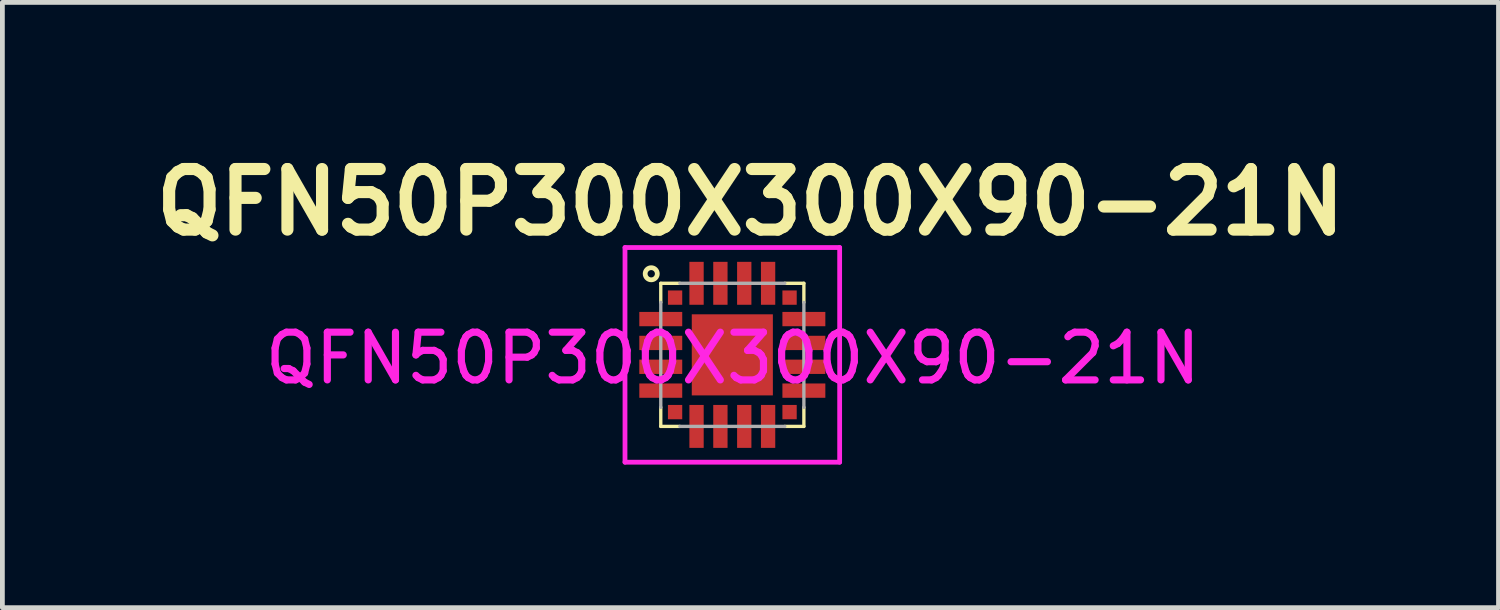
<source format=kicad_pcb>
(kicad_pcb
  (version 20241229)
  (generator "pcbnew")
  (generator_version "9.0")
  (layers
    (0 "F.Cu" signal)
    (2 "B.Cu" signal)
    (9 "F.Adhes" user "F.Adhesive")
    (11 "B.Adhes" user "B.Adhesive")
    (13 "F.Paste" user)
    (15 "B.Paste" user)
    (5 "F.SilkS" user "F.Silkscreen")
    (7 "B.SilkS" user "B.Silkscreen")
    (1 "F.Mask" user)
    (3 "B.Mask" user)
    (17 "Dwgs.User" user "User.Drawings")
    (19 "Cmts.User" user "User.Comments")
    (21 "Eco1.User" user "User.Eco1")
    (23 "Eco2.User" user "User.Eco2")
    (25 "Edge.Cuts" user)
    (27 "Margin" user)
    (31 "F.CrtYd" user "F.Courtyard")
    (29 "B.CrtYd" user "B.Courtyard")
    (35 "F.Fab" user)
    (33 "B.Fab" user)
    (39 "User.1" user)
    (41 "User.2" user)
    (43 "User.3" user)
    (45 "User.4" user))
  (footprint "QFN50P300X300X90-21N"
    (layer "F.Cu")
    (at 12.302 4.389)
    (property "Reference" "QFN50P300X300X90-21N" (at 0.38 -3.2 0) (layer "F.SilkS") (effects (font (size 1.27 1.27) (thickness 0.254))))
    (attr through_hole)
    (fp_line (start -1.5 -1.5) (end -1.5 -1.1) (stroke (width 0.07) (type solid)) (layer "F.SilkS"))
    (fp_line (start -1.5 1.1) (end -1.5 1.5) (stroke (width 0.07) (type solid)) (layer "F.SilkS"))
    (fp_line (start -1.5 1.5) (end -1.1 1.5) (stroke (width 0.07) (type solid)) (layer "F.SilkS"))
    (fp_line (start -1.1 -1.5) (end -1.5 -1.5) (stroke (width 0.07) (type solid)) (layer "F.SilkS"))
    (fp_line (start 1.1 1.5) (end 1.5 1.5) (stroke (width 0.07) (type solid)) (layer "F.SilkS"))
    (fp_line (start 1.5 -1.5) (end 1.1 -1.5) (stroke (width 0.07) (type solid)) (layer "F.SilkS"))
    (fp_line (start 1.5 -1.1) (end 1.5 -1.5) (stroke (width 0.07) (type solid)) (layer "F.SilkS"))
    (fp_line (start 1.5 1.5) (end 1.5 1.1) (stroke (width 0.07) (type solid)) (layer "F.SilkS"))
    (fp_circle (center -1.7 -1.7) (end -1.573 -1.7) (stroke (width 0.1) (type solid)) (fill no) (layer "F.SilkS"))
    (fp_poly (pts (xy -0.54 -0.54) (xy 0.54 -0.54) (xy 0.54 0.54) (xy -0.54 0.54)) (stroke (width 0.01) (type solid)) (fill yes) (layer "F.Paste"))
    (fp_line (start -2.25 -2.25) (end 2.25 -2.25) (stroke (width 0.1) (type solid)) (layer "F.CrtYd"))
    (fp_line (start -2.25 2.25) (end -2.25 -2.25) (stroke (width 0.1) (type solid)) (layer "F.CrtYd"))
    (fp_line (start 2.25 -2.25) (end 2.25 2.25) (stroke (width 0.1) (type solid)) (layer "F.CrtYd"))
    (fp_line (start 2.25 2.25) (end -2.25 2.25) (stroke (width 0.1) (type solid)) (layer "F.CrtYd"))
    (fp_line (start -1.5 -1.1) (end -1.5 1.1) (stroke (width 0.07) (type solid)) (layer "F.Fab"))
    (fp_line (start -1.1 1.5) (end 1.1 1.5) (stroke (width 0.07) (type solid)) (layer "F.Fab"))
    (fp_line (start 1.1 -1.5) (end -1.1 -1.5) (stroke (width 0.07) (type solid)) (layer "F.Fab"))
    (fp_line (start 1.5 1.1) (end 1.5 -1.1) (stroke (width 0.07) (type solid)) (layer "F.Fab"))
    (fp_text user "${REFERENCE}" (at 0.01 0.07 0) (layer "F.CrtYd") (effects (font (size 1 1) (thickness 0.15))))
    (pad "1" smd rect (at -1.2 -1.2) (size 0.3 0.3) (layers "F.Cu" "F.Mask" "F.Paste"))
    (pad "2" smd rect (at -1.5 -0.75) (size 0.9 0.3) (layers "F.Cu" "F.Mask" "F.Paste"))
    (pad "3" smd rect (at -1.5 -0.25) (size 0.9 0.3) (layers "F.Cu" "F.Mask" "F.Paste"))
    (pad "4" smd rect (at -1.5 0.25) (size 0.9 0.3) (layers "F.Cu" "F.Mask" "F.Paste"))
    (pad "5" smd rect (at -1.5 0.75) (size 0.9 0.3) (layers "F.Cu" "F.Mask" "F.Paste"))
    (pad "6" smd rect (at -1.2 1.2) (size 0.3 0.3) (layers "F.Cu" "F.Mask" "F.Paste"))
    (pad "7" smd rect (at -0.75 1.5) (size 0.3 0.9) (layers "F.Cu" "F.Mask" "F.Paste"))
    (pad "8" smd rect (at -0.25 1.5) (size 0.3 0.9) (layers "F.Cu" "F.Mask" "F.Paste"))
    (pad "9" smd rect (at 0.25 1.5) (size 0.3 0.9) (layers "F.Cu" "F.Mask" "F.Paste"))
    (pad "10" smd rect (at 0.75 1.5) (size 0.3 0.9) (layers "F.Cu" "F.Mask" "F.Paste"))
    (pad "11" smd rect (at 1.2 1.2) (size 0.3 0.3) (layers "F.Cu" "F.Mask" "F.Paste"))
    (pad "12" smd rect (at 1.5 0.75) (size 0.9 0.3) (layers "F.Cu" "F.Mask" "F.Paste"))
    (pad "13" smd rect (at 1.5 0.25) (size 0.9 0.3) (layers "F.Cu" "F.Mask" "F.Paste"))
    (pad "14" smd rect (at 1.5 -0.25) (size 0.9 0.3) (layers "F.Cu" "F.Mask" "F.Paste"))
    (pad "15" smd rect (at 1.5 -0.75) (size 0.9 0.3) (layers "F.Cu" "F.Mask" "F.Paste"))
    (pad "16" smd rect (at 1.2 -1.2) (size 0.3 0.3) (layers "F.Cu" "F.Mask" "F.Paste"))
    (pad "17" smd rect (at 0.75 -1.5) (size 0.3 0.9) (layers "F.Cu" "F.Mask" "F.Paste"))
    (pad "18" smd rect (at 0.25 -1.5) (size 0.3 0.9) (layers "F.Cu" "F.Mask" "F.Paste"))
    (pad "19" smd rect (at -0.25 -1.5) (size 0.3 0.9) (layers "F.Cu" "F.Mask" "F.Paste"))
    (pad "20" smd rect (at -0.75 -1.5) (size 0.3 0.9) (layers "F.Cu" "F.Mask" "F.Paste"))
    (pad "21" smd rect (at 0 0) (size 1.7 1.7) (layers "F.Cu" "F.Mask")))
  (gr_rect
    (start -3 -3)
    (end 28.364 9.689)
    (stroke (width 0.1) (type default))
    (fill no)
    (layer "Edge.Cuts")))
</source>
